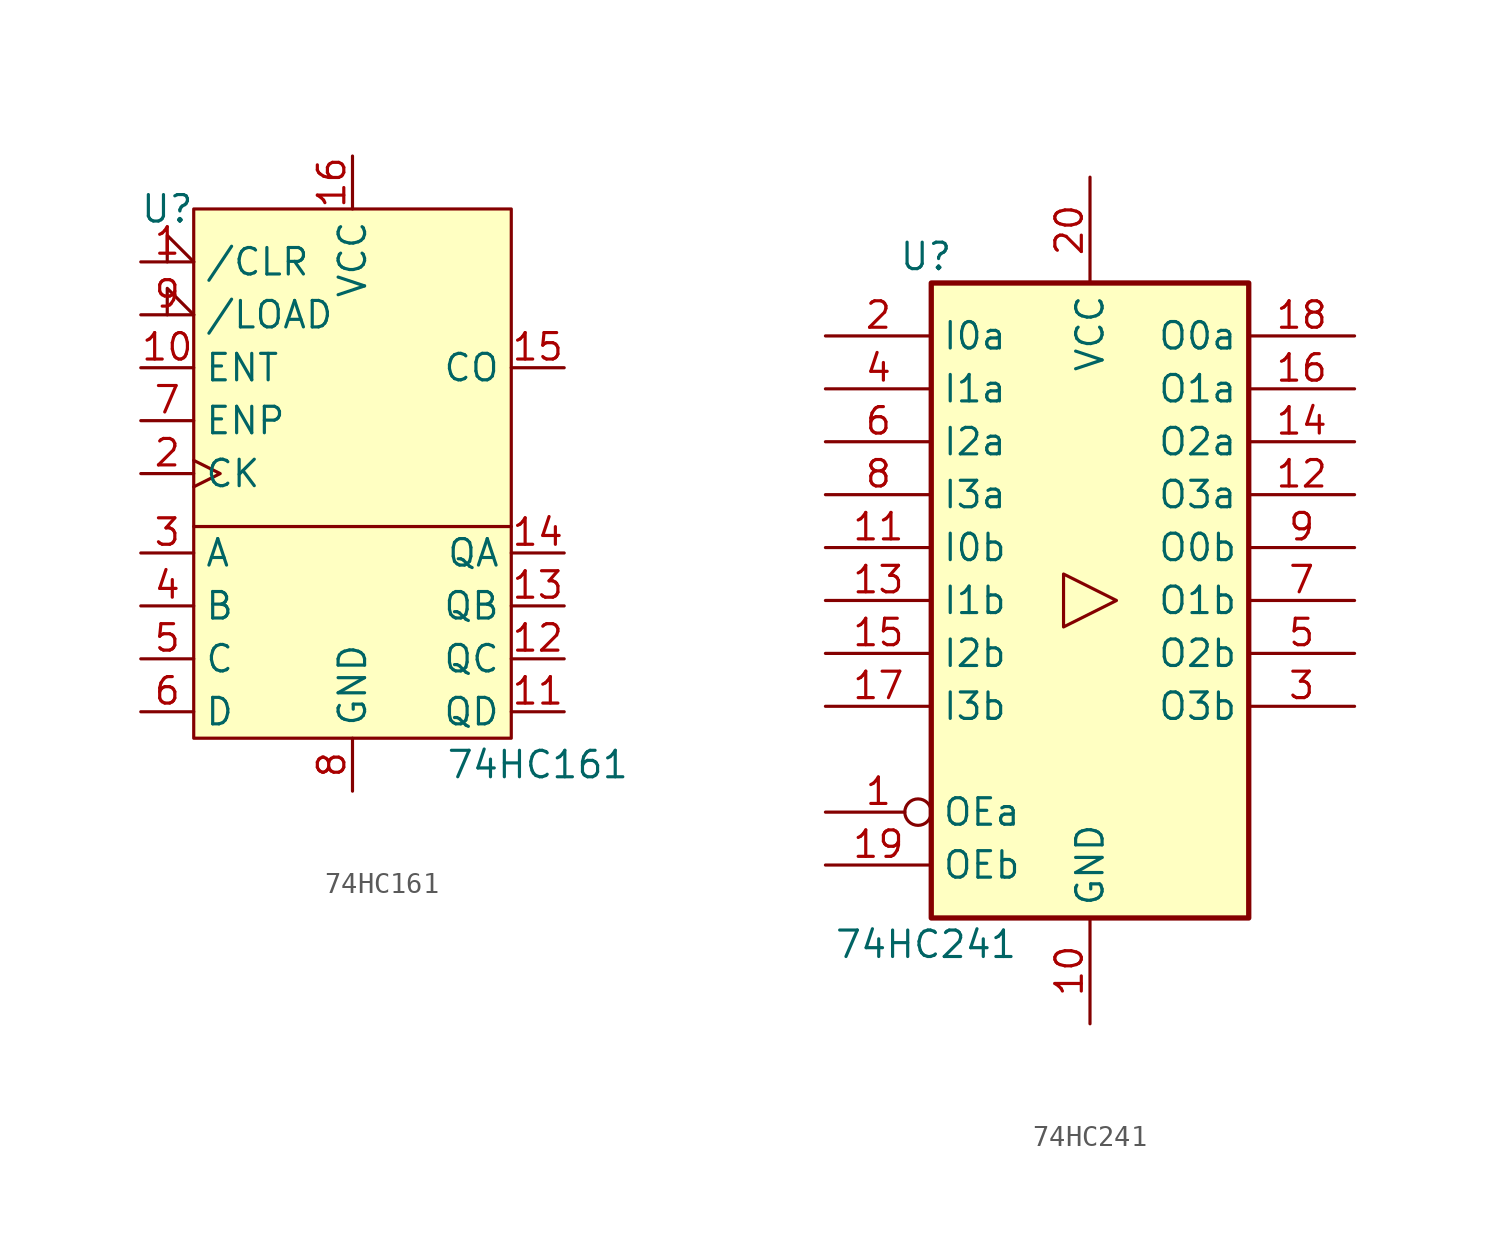
<source format=kicad_sym>
(kicad_symbol_lib
  (version 20231120)
  (generator "kicad_symbol_editor")
  (generator_version "8.0")
  (symbol "74HC161"
    (property "Reference" "U"
      (at -8.89 12.7 0)
      (effects (font (size 1.27 1.27))))
    (property "Value" "74HC161"
      (at 8.89 -13.97 0)
      (effects (font (size 1.27 1.27))))
    (symbol "74HC161_0_1"
      (rectangle (start -7.62 12.7) (end 7.62 -12.7) (stroke (width 0) (type default)) (fill (type background)))
      (polyline (pts (xy -7.62 -2.54) (xy 7.62 -2.54)) (stroke (width 0) (type default)) (fill (type none))))
    (symbol "74HC161_1_1"
      (pin input input_low (at -10.16 10.16 0) (length 2.54) (name "/CLR" (effects (font (size 1.27 1.27)))) (number "1" (effects (font (size 1.27 1.27)))))
      (pin input line (at -10.16 5.08 0) (length 2.54) (name "ENT" (effects (font (size 1.27 1.27)))) (number "10" (effects (font (size 1.27 1.27)))))
      (pin output line (at 10.16 -11.43 180) (length 2.54) (name "QD" (effects (font (size 1.27 1.27)))) (number "11" (effects (font (size 1.27 1.27)))))
      (pin output line (at 10.16 -8.89 180) (length 2.54) (name "QC" (effects (font (size 1.27 1.27)))) (number "12" (effects (font (size 1.27 1.27)))))
      (pin output line (at 10.16 -6.35 180) (length 2.54) (name "QB" (effects (font (size 1.27 1.27)))) (number "13" (effects (font (size 1.27 1.27)))))
      (pin output line (at 10.16 -3.81 180) (length 2.54) (name "QA" (effects (font (size 1.27 1.27)))) (number "14" (effects (font (size 1.27 1.27)))))
      (pin output line (at 10.16 5.08 180) (length 2.54) (name "CO" (effects (font (size 1.27 1.27)))) (number "15" (effects (font (size 1.27 1.27)))))
      (pin power_in line (at 0 15.24 270) (length 2.54) (name "VCC" (effects (font (size 1.27 1.27)))) (number "16" (effects (font (size 1.27 1.27)))))
      (pin input clock (at -10.16 0 0) (length 2.54) (name "CK" (effects (font (size 1.27 1.27)))) (number "2" (effects (font (size 1.27 1.27)))))
      (pin input line (at -10.16 -3.81 0) (length 2.54) (name "A" (effects (font (size 1.27 1.27)))) (number "3" (effects (font (size 1.27 1.27)))))
      (pin input line (at -10.16 -6.35 0) (length 2.54) (name "B" (effects (font (size 1.27 1.27)))) (number "4" (effects (font (size 1.27 1.27)))))
      (pin input line (at -10.16 -8.89 0) (length 2.54) (name "C" (effects (font (size 1.27 1.27)))) (number "5" (effects (font (size 1.27 1.27)))))
      (pin input line (at -10.16 -11.43 0) (length 2.54) (name "D" (effects (font (size 1.27 1.27)))) (number "6" (effects (font (size 1.27 1.27)))))
      (pin input line (at -10.16 2.54 0) (length 2.54) (name "ENP" (effects (font (size 1.27 1.27)))) (number "7" (effects (font (size 1.27 1.27)))))
      (pin power_in line (at 0 -15.24 90) (length 2.54) (name "GND" (effects (font (size 1.27 1.27)))) (number "8" (effects (font (size 1.27 1.27)))))
      (pin input input_low (at -10.16 7.62 0) (length 2.54) (name "/LOAD" (effects (font (size 1.27 1.27)))) (number "9" (effects (font (size 1.27 1.27)))))))
  (symbol "74HC241"
    (property "Reference" "U"
      (at -7.874 16.51 0)
      (effects (font (size 1.27 1.27))))
    (property "Value" "74HC241"
      (at -7.874 -16.51 0)
      (effects (font (size 1.27 1.27))))
    (symbol "74HC241_1_0"
      (polyline (pts (xy 1.27 0) (xy -1.27 1.27) (xy -1.27 -1.27) (xy 1.27 0)) (stroke (width 0.152) (type default)) (fill (type none)))
      (pin input inverted (at -12.7 -10.16 0) (length 5.08) (name "OEa" (effects (font (size 1.27 1.27)))) (number "1" (effects (font (size 1.27 1.27)))))
      (pin power_in line (at 0 -20.32 90) (length 5.08) (name "GND" (effects (font (size 1.27 1.27)))) (number "10" (effects (font (size 1.27 1.27)))))
      (pin input line (at -12.7 2.54 0) (length 5.08) (name "I0b" (effects (font (size 1.27 1.27)))) (number "11" (effects (font (size 1.27 1.27)))))
      (pin tri_state line (at 12.7 5.08 180) (length 5.08) (name "O3a" (effects (font (size 1.27 1.27)))) (number "12" (effects (font (size 1.27 1.27)))))
      (pin input line (at -12.7 0 0) (length 5.08) (name "I1b" (effects (font (size 1.27 1.27)))) (number "13" (effects (font (size 1.27 1.27)))))
      (pin tri_state line (at 12.7 7.62 180) (length 5.08) (name "O2a" (effects (font (size 1.27 1.27)))) (number "14" (effects (font (size 1.27 1.27)))))
      (pin input line (at -12.7 -2.54 0) (length 5.08) (name "I2b" (effects (font (size 1.27 1.27)))) (number "15" (effects (font (size 1.27 1.27)))))
      (pin tri_state line (at 12.7 10.16 180) (length 5.08) (name "O1a" (effects (font (size 1.27 1.27)))) (number "16" (effects (font (size 1.27 1.27)))))
      (pin input line (at -12.7 -5.08 0) (length 5.08) (name "I3b" (effects (font (size 1.27 1.27)))) (number "17" (effects (font (size 1.27 1.27)))))
      (pin tri_state line (at 12.7 12.7 180) (length 5.08) (name "O0a" (effects (font (size 1.27 1.27)))) (number "18" (effects (font (size 1.27 1.27)))))
      (pin input line (at -12.7 -12.7 0) (length 5.08) (name "OEb" (effects (font (size 1.27 1.27)))) (number "19" (effects (font (size 1.27 1.27)))))
      (pin input line (at -12.7 12.7 0) (length 5.08) (name "I0a" (effects (font (size 1.27 1.27)))) (number "2" (effects (font (size 1.27 1.27)))))
      (pin power_in line (at 0 20.32 270) (length 5.08) (name "VCC" (effects (font (size 1.27 1.27)))) (number "20" (effects (font (size 1.27 1.27)))))
      (pin tri_state line (at 12.7 -5.08 180) (length 5.08) (name "O3b" (effects (font (size 1.27 1.27)))) (number "3" (effects (font (size 1.27 1.27)))))
      (pin input line (at -12.7 10.16 0) (length 5.08) (name "I1a" (effects (font (size 1.27 1.27)))) (number "4" (effects (font (size 1.27 1.27)))))
      (pin tri_state line (at 12.7 -2.54 180) (length 5.08) (name "O2b" (effects (font (size 1.27 1.27)))) (number "5" (effects (font (size 1.27 1.27)))))
      (pin input line (at -12.7 7.62 0) (length 5.08) (name "I2a" (effects (font (size 1.27 1.27)))) (number "6" (effects (font (size 1.27 1.27)))))
      (pin tri_state line (at 12.7 0 180) (length 5.08) (name "O1b" (effects (font (size 1.27 1.27)))) (number "7" (effects (font (size 1.27 1.27)))))
      (pin input line (at -12.7 5.08 0) (length 5.08) (name "I3a" (effects (font (size 1.27 1.27)))) (number "8" (effects (font (size 1.27 1.27)))))
      (pin tri_state line (at 12.7 2.54 180) (length 5.08) (name "O0b" (effects (font (size 1.27 1.27)))) (number "9" (effects (font (size 1.27 1.27))))))
    (symbol "74HC241_1_1"
      (rectangle (start -7.62 15.24) (end 7.62 -15.24) (stroke (width 0.254) (type default)) (fill (type background))))))
</source>
